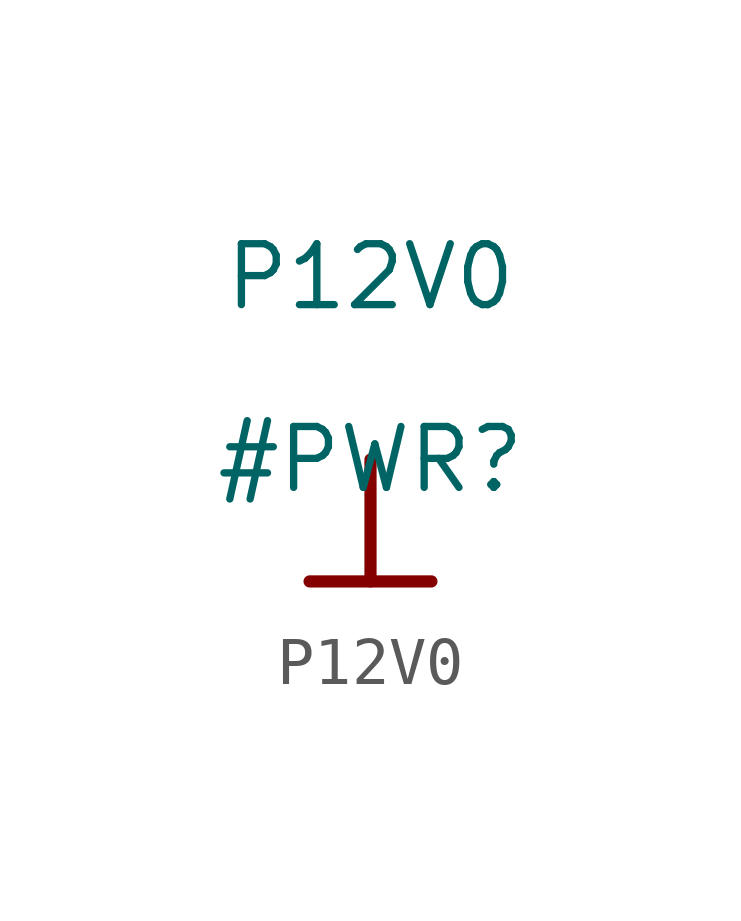
<source format=kicad_sym>
(kicad_symbol_lib
  (version 20220331)
  (generator kicad_symbol_editor)
  (symbol "P12V0"
    (power)
    (property "Reference" "#PWR"
      (at 0 0 0)
      (effects (font (size 1.27 1.27))))
    (property "Value" "P12V0"
      (at 0 3.81 0)
      (effects (font (size 1.27 1.27))))
    (symbol "P12V0_0_0"
      (polyline (pts (xy -1.27 -2.54) (xy 1.27 -2.54)) (stroke (width 0.254) (type solid)) (fill (type none)))
      (polyline (pts (xy 0 0) (xy 0 -2.54)) (stroke (width 0.254) (type solid)) (fill (type none)))
      (pin power_in line (at 0 0 0) (length 0) hide (name "P12V0" (effects (font (size 1.27 1.27)))) (number "" (effects (font (size 1.27 1.27))))))))
</source>
